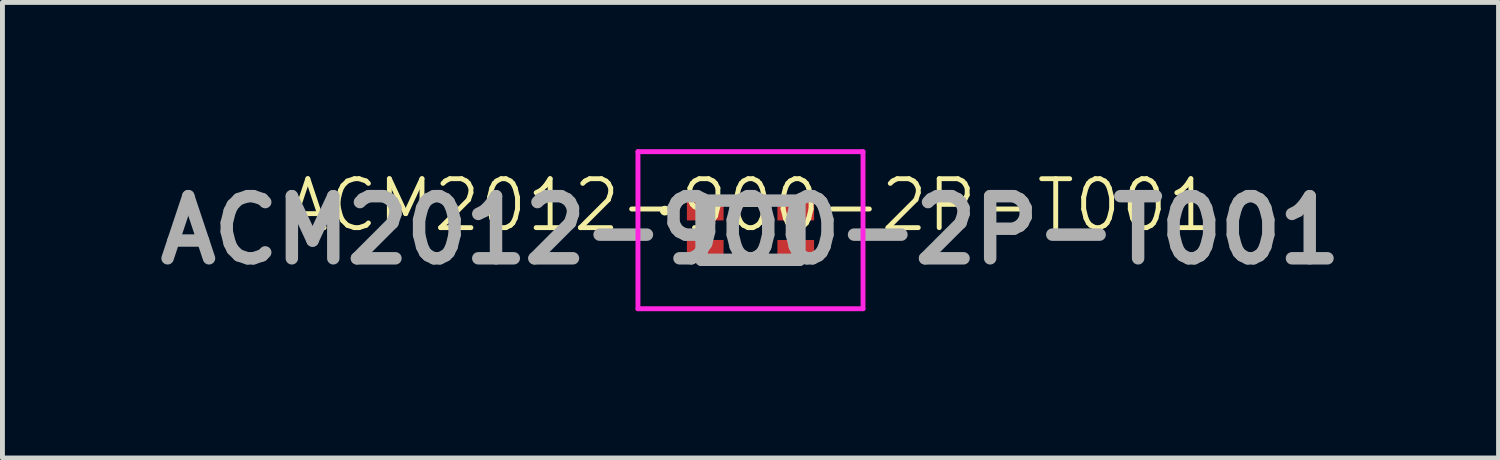
<source format=kicad_pcb>
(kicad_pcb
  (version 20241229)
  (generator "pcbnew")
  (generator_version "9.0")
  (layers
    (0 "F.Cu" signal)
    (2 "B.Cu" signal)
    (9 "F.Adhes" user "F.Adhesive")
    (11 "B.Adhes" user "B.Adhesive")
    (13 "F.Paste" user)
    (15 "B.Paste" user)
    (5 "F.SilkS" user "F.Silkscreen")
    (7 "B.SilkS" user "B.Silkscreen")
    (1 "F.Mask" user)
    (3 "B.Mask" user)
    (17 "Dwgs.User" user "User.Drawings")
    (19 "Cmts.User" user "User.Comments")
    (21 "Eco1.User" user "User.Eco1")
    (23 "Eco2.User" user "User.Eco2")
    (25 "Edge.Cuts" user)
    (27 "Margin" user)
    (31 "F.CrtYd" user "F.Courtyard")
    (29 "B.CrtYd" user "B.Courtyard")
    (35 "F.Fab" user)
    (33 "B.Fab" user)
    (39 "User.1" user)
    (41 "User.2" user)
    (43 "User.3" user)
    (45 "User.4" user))
  (footprint "ACM2012-900-2P-T001"
    (layer "F.Cu")
    (at 12.289 1.645)
    (property "Reference" "ACM2012-900-2P-T001" (at 0 -0.5 0) (unlocked yes) (layer "F.SilkS") (effects (font (size 1 1) (thickness 0.1))))
    (attr smd)
    (fp_line (start -1.8 -0.39) (end -1.8 -0.39) (stroke (width 0.1) (type solid)) (layer "F.SilkS"))
    (fp_line (start -1.7 -0.39) (end -1.7 -0.39) (stroke (width 0.1) (type solid)) (layer "F.SilkS"))
    (fp_line (start -0.2 -0.595) (end 0.2 -0.595) (stroke (width 0.254) (type solid)) (layer "F.SilkS"))
    (fp_line (start -0.2 0.615) (end 0.2 0.615) (stroke (width 0.254) (type solid)) (layer "F.SilkS"))
    (fp_arc (start -1.8 -0.39) (mid -1.75 -0.44) (end -1.7 -0.39) (stroke (width 0.1) (type solid)) (layer "F.SilkS"))
    (fp_arc (start -1.7 -0.39) (mid -1.75 -0.34) (end -1.8 -0.39) (stroke (width 0.1) (type solid)) (layer "F.SilkS"))
    (fp_line (start -2.3 -1.595) (end 2.3 -1.595) (stroke (width 0.1) (type solid)) (layer "F.CrtYd"))
    (fp_line (start -2.3 1.615) (end -2.3 -1.595) (stroke (width 0.1) (type solid)) (layer "F.CrtYd"))
    (fp_line (start 2.3 -1.595) (end 2.3 1.615) (stroke (width 0.1) (type solid)) (layer "F.CrtYd"))
    (fp_line (start 2.3 1.615) (end -2.3 1.615) (stroke (width 0.1) (type solid)) (layer "F.CrtYd"))
    (fp_line (start -1 -0.595) (end 1 -0.595) (stroke (width 0.254) (type solid)) (layer "F.Fab"))
    (fp_line (start -1 0.615) (end -1 -0.595) (stroke (width 0.254) (type solid)) (layer "F.Fab"))
    (fp_line (start 1 -0.595) (end 1 0.615) (stroke (width 0.254) (type solid)) (layer "F.Fab"))
    (fp_line (start 1 0.615) (end -1 0.615) (stroke (width 0.254) (type solid)) (layer "F.Fab"))
    (fp_text user "${REFERENCE}" (at 0 0.01 0) (layer "F.Fab") (effects (font (size 1.27 1.27) (thickness 0.254))))
    (pad "1" smd rect (at -0.925 -0.39 90) (size 0.4 0.75) (layers "F.Cu" "F.Mask" "F.Paste"))
    (pad "2" smd rect (at -0.925 0.41 90) (size 0.4 0.75) (layers "F.Cu" "F.Mask" "F.Paste"))
    (pad "3" smd rect (at 0.925 0.41 90) (size 0.4 0.75) (layers "F.Cu" "F.Mask" "F.Paste"))
    (pad "4" smd rect (at 0.925 -0.39 90) (size 0.4 0.75) (layers "F.Cu" "F.Mask" "F.Paste")))
  (gr_rect
    (start -3 -3)
    (end 27.578 6.31)
    (stroke (width 0.1) (type default))
    (fill no)
    (layer "Edge.Cuts")))
</source>
